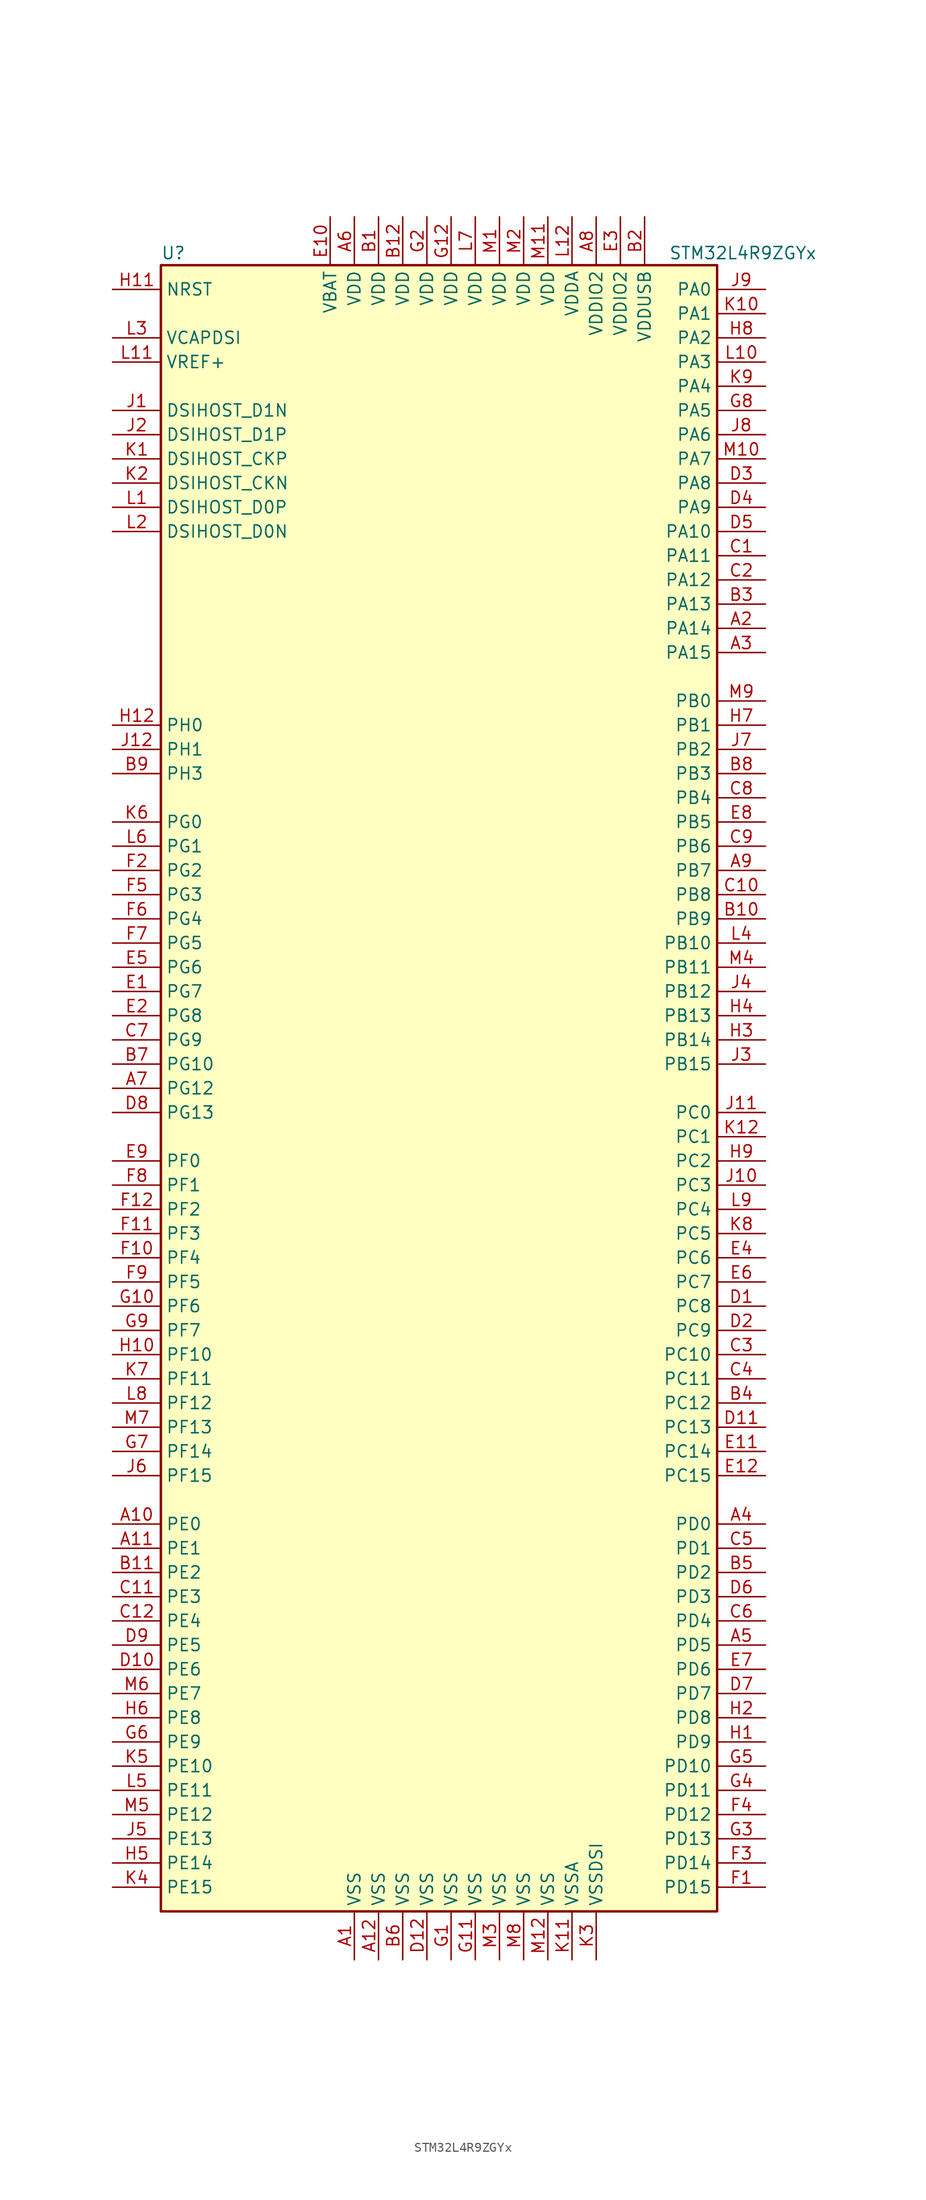
<source format=kicad_sym>
(kicad_symbol_lib
  (version 20201005)
  (generator kicad_symbol_editor)
  (symbol "MCU_ST_STM32L4+:STM32L4R9ZGYx"
    (property "Reference" "U"
      (at -30.48 87.63 0)
      (effects (font (size 1.27 1.27)) (justify left)))
    (property "Value" "STM32L4R9ZGYx"
      (at 22.86 87.63 0)
      (effects (font (size 1.27 1.27)) (justify left)))
    (symbol "STM32L4R9ZGYx_0_1"
      (rectangle (start -30.48 -86.36) (end 27.94 86.36) (stroke (width 0.254)) (fill (type background))))
    (symbol "STM32L4R9ZGYx_1_1"
      (pin bidirectional line (at -35.56 63.5 0) (length 5.08) (name "DSIHOST_CKN" (effects (font (size 1.27 1.27)))) (number "K2" (effects (font (size 1.27 1.27)))))
      (pin bidirectional line (at -35.56 66.04 0) (length 5.08) (name "DSIHOST_CKP" (effects (font (size 1.27 1.27)))) (number "K1" (effects (font (size 1.27 1.27)))))
      (pin bidirectional line (at -35.56 58.42 0) (length 5.08) (name "DSIHOST_D0N" (effects (font (size 1.27 1.27)))) (number "L2" (effects (font (size 1.27 1.27)))))
      (pin bidirectional line (at -35.56 60.96 0) (length 5.08) (name "DSIHOST_D0P" (effects (font (size 1.27 1.27)))) (number "L1" (effects (font (size 1.27 1.27)))))
      (pin bidirectional line (at -35.56 71.12 0) (length 5.08) (name "DSIHOST_D1N" (effects (font (size 1.27 1.27)))) (number "J1" (effects (font (size 1.27 1.27)))))
      (pin bidirectional line (at -35.56 68.58 0) (length 5.08) (name "DSIHOST_D1P" (effects (font (size 1.27 1.27)))) (number "J2" (effects (font (size 1.27 1.27)))))
      (pin input line (at -35.56 83.82 0) (length 5.08) (name "NRST" (effects (font (size 1.27 1.27)))) (number "H11" (effects (font (size 1.27 1.27)))))
      (pin bidirectional line (at 33.02 83.82 180) (length 5.08) (name "PA0" (effects (font (size 1.27 1.27)))) (number "J9" (effects (font (size 1.27 1.27)))))
      (pin bidirectional line (at 33.02 81.28 180) (length 5.08) (name "PA1" (effects (font (size 1.27 1.27)))) (number "K10" (effects (font (size 1.27 1.27)))))
      (pin bidirectional line (at 33.02 58.42 180) (length 5.08) (name "PA10" (effects (font (size 1.27 1.27)))) (number "D5" (effects (font (size 1.27 1.27)))))
      (pin bidirectional line (at 33.02 55.88 180) (length 5.08) (name "PA11" (effects (font (size 1.27 1.27)))) (number "C1" (effects (font (size 1.27 1.27)))))
      (pin bidirectional line (at 33.02 53.34 180) (length 5.08) (name "PA12" (effects (font (size 1.27 1.27)))) (number "C2" (effects (font (size 1.27 1.27)))))
      (pin bidirectional line (at 33.02 50.8 180) (length 5.08) (name "PA13" (effects (font (size 1.27 1.27)))) (number "B3" (effects (font (size 1.27 1.27)))))
      (pin bidirectional line (at 33.02 48.26 180) (length 5.08) (name "PA14" (effects (font (size 1.27 1.27)))) (number "A2" (effects (font (size 1.27 1.27)))))
      (pin bidirectional line (at 33.02 45.72 180) (length 5.08) (name "PA15" (effects (font (size 1.27 1.27)))) (number "A3" (effects (font (size 1.27 1.27)))))
      (pin bidirectional line (at 33.02 78.74 180) (length 5.08) (name "PA2" (effects (font (size 1.27 1.27)))) (number "H8" (effects (font (size 1.27 1.27)))))
      (pin bidirectional line (at 33.02 76.2 180) (length 5.08) (name "PA3" (effects (font (size 1.27 1.27)))) (number "L10" (effects (font (size 1.27 1.27)))))
      (pin bidirectional line (at 33.02 73.66 180) (length 5.08) (name "PA4" (effects (font (size 1.27 1.27)))) (number "K9" (effects (font (size 1.27 1.27)))))
      (pin bidirectional line (at 33.02 71.12 180) (length 5.08) (name "PA5" (effects (font (size 1.27 1.27)))) (number "G8" (effects (font (size 1.27 1.27)))))
      (pin bidirectional line (at 33.02 68.58 180) (length 5.08) (name "PA6" (effects (font (size 1.27 1.27)))) (number "J8" (effects (font (size 1.27 1.27)))))
      (pin bidirectional line (at 33.02 66.04 180) (length 5.08) (name "PA7" (effects (font (size 1.27 1.27)))) (number "M10" (effects (font (size 1.27 1.27)))))
      (pin bidirectional line (at 33.02 63.5 180) (length 5.08) (name "PA8" (effects (font (size 1.27 1.27)))) (number "D3" (effects (font (size 1.27 1.27)))))
      (pin bidirectional line (at 33.02 60.96 180) (length 5.08) (name "PA9" (effects (font (size 1.27 1.27)))) (number "D4" (effects (font (size 1.27 1.27)))))
      (pin bidirectional line (at 33.02 40.64 180) (length 5.08) (name "PB0" (effects (font (size 1.27 1.27)))) (number "M9" (effects (font (size 1.27 1.27)))))
      (pin bidirectional line (at 33.02 38.1 180) (length 5.08) (name "PB1" (effects (font (size 1.27 1.27)))) (number "H7" (effects (font (size 1.27 1.27)))))
      (pin bidirectional line (at 33.02 15.24 180) (length 5.08) (name "PB10" (effects (font (size 1.27 1.27)))) (number "L4" (effects (font (size 1.27 1.27)))))
      (pin bidirectional line (at 33.02 12.7 180) (length 5.08) (name "PB11" (effects (font (size 1.27 1.27)))) (number "M4" (effects (font (size 1.27 1.27)))))
      (pin bidirectional line (at 33.02 10.16 180) (length 5.08) (name "PB12" (effects (font (size 1.27 1.27)))) (number "J4" (effects (font (size 1.27 1.27)))))
      (pin bidirectional line (at 33.02 7.62 180) (length 5.08) (name "PB13" (effects (font (size 1.27 1.27)))) (number "H4" (effects (font (size 1.27 1.27)))))
      (pin bidirectional line (at 33.02 5.08 180) (length 5.08) (name "PB14" (effects (font (size 1.27 1.27)))) (number "H3" (effects (font (size 1.27 1.27)))))
      (pin bidirectional line (at 33.02 2.54 180) (length 5.08) (name "PB15" (effects (font (size 1.27 1.27)))) (number "J3" (effects (font (size 1.27 1.27)))))
      (pin bidirectional line (at 33.02 35.56 180) (length 5.08) (name "PB2" (effects (font (size 1.27 1.27)))) (number "J7" (effects (font (size 1.27 1.27)))))
      (pin bidirectional line (at 33.02 33.02 180) (length 5.08) (name "PB3" (effects (font (size 1.27 1.27)))) (number "B8" (effects (font (size 1.27 1.27)))))
      (pin bidirectional line (at 33.02 30.48 180) (length 5.08) (name "PB4" (effects (font (size 1.27 1.27)))) (number "C8" (effects (font (size 1.27 1.27)))))
      (pin bidirectional line (at 33.02 27.94 180) (length 5.08) (name "PB5" (effects (font (size 1.27 1.27)))) (number "E8" (effects (font (size 1.27 1.27)))))
      (pin bidirectional line (at 33.02 25.4 180) (length 5.08) (name "PB6" (effects (font (size 1.27 1.27)))) (number "C9" (effects (font (size 1.27 1.27)))))
      (pin bidirectional line (at 33.02 22.86 180) (length 5.08) (name "PB7" (effects (font (size 1.27 1.27)))) (number "A9" (effects (font (size 1.27 1.27)))))
      (pin bidirectional line (at 33.02 20.32 180) (length 5.08) (name "PB8" (effects (font (size 1.27 1.27)))) (number "C10" (effects (font (size 1.27 1.27)))))
      (pin bidirectional line (at 33.02 17.78 180) (length 5.08) (name "PB9" (effects (font (size 1.27 1.27)))) (number "B10" (effects (font (size 1.27 1.27)))))
      (pin bidirectional line (at 33.02 -2.54 180) (length 5.08) (name "PC0" (effects (font (size 1.27 1.27)))) (number "J11" (effects (font (size 1.27 1.27)))))
      (pin bidirectional line (at 33.02 -5.08 180) (length 5.08) (name "PC1" (effects (font (size 1.27 1.27)))) (number "K12" (effects (font (size 1.27 1.27)))))
      (pin bidirectional line (at 33.02 -27.94 180) (length 5.08) (name "PC10" (effects (font (size 1.27 1.27)))) (number "C3" (effects (font (size 1.27 1.27)))))
      (pin bidirectional line (at 33.02 -30.48 180) (length 5.08) (name "PC11" (effects (font (size 1.27 1.27)))) (number "C4" (effects (font (size 1.27 1.27)))))
      (pin bidirectional line (at 33.02 -33.02 180) (length 5.08) (name "PC12" (effects (font (size 1.27 1.27)))) (number "B4" (effects (font (size 1.27 1.27)))))
      (pin bidirectional line (at 33.02 -35.56 180) (length 5.08) (name "PC13" (effects (font (size 1.27 1.27)))) (number "D11" (effects (font (size 1.27 1.27)))))
      (pin bidirectional line (at 33.02 -38.1 180) (length 5.08) (name "PC14" (effects (font (size 1.27 1.27)))) (number "E11" (effects (font (size 1.27 1.27)))))
      (pin bidirectional line (at 33.02 -40.64 180) (length 5.08) (name "PC15" (effects (font (size 1.27 1.27)))) (number "E12" (effects (font (size 1.27 1.27)))))
      (pin bidirectional line (at 33.02 -7.62 180) (length 5.08) (name "PC2" (effects (font (size 1.27 1.27)))) (number "H9" (effects (font (size 1.27 1.27)))))
      (pin bidirectional line (at 33.02 -10.16 180) (length 5.08) (name "PC3" (effects (font (size 1.27 1.27)))) (number "J10" (effects (font (size 1.27 1.27)))))
      (pin bidirectional line (at 33.02 -12.7 180) (length 5.08) (name "PC4" (effects (font (size 1.27 1.27)))) (number "L9" (effects (font (size 1.27 1.27)))))
      (pin bidirectional line (at 33.02 -15.24 180) (length 5.08) (name "PC5" (effects (font (size 1.27 1.27)))) (number "K8" (effects (font (size 1.27 1.27)))))
      (pin bidirectional line (at 33.02 -17.78 180) (length 5.08) (name "PC6" (effects (font (size 1.27 1.27)))) (number "E4" (effects (font (size 1.27 1.27)))))
      (pin bidirectional line (at 33.02 -20.32 180) (length 5.08) (name "PC7" (effects (font (size 1.27 1.27)))) (number "E6" (effects (font (size 1.27 1.27)))))
      (pin bidirectional line (at 33.02 -22.86 180) (length 5.08) (name "PC8" (effects (font (size 1.27 1.27)))) (number "D1" (effects (font (size 1.27 1.27)))))
      (pin bidirectional line (at 33.02 -25.4 180) (length 5.08) (name "PC9" (effects (font (size 1.27 1.27)))) (number "D2" (effects (font (size 1.27 1.27)))))
      (pin bidirectional line (at 33.02 -45.72 180) (length 5.08) (name "PD0" (effects (font (size 1.27 1.27)))) (number "A4" (effects (font (size 1.27 1.27)))))
      (pin bidirectional line (at 33.02 -48.26 180) (length 5.08) (name "PD1" (effects (font (size 1.27 1.27)))) (number "C5" (effects (font (size 1.27 1.27)))))
      (pin bidirectional line (at 33.02 -71.12 180) (length 5.08) (name "PD10" (effects (font (size 1.27 1.27)))) (number "G5" (effects (font (size 1.27 1.27)))))
      (pin bidirectional line (at 33.02 -73.66 180) (length 5.08) (name "PD11" (effects (font (size 1.27 1.27)))) (number "G4" (effects (font (size 1.27 1.27)))))
      (pin bidirectional line (at 33.02 -76.2 180) (length 5.08) (name "PD12" (effects (font (size 1.27 1.27)))) (number "F4" (effects (font (size 1.27 1.27)))))
      (pin bidirectional line (at 33.02 -78.74 180) (length 5.08) (name "PD13" (effects (font (size 1.27 1.27)))) (number "G3" (effects (font (size 1.27 1.27)))))
      (pin bidirectional line (at 33.02 -81.28 180) (length 5.08) (name "PD14" (effects (font (size 1.27 1.27)))) (number "F3" (effects (font (size 1.27 1.27)))))
      (pin bidirectional line (at 33.02 -83.82 180) (length 5.08) (name "PD15" (effects (font (size 1.27 1.27)))) (number "F1" (effects (font (size 1.27 1.27)))))
      (pin bidirectional line (at 33.02 -50.8 180) (length 5.08) (name "PD2" (effects (font (size 1.27 1.27)))) (number "B5" (effects (font (size 1.27 1.27)))))
      (pin bidirectional line (at 33.02 -53.34 180) (length 5.08) (name "PD3" (effects (font (size 1.27 1.27)))) (number "D6" (effects (font (size 1.27 1.27)))))
      (pin bidirectional line (at 33.02 -55.88 180) (length 5.08) (name "PD4" (effects (font (size 1.27 1.27)))) (number "C6" (effects (font (size 1.27 1.27)))))
      (pin bidirectional line (at 33.02 -58.42 180) (length 5.08) (name "PD5" (effects (font (size 1.27 1.27)))) (number "A5" (effects (font (size 1.27 1.27)))))
      (pin bidirectional line (at 33.02 -60.96 180) (length 5.08) (name "PD6" (effects (font (size 1.27 1.27)))) (number "E7" (effects (font (size 1.27 1.27)))))
      (pin bidirectional line (at 33.02 -63.5 180) (length 5.08) (name "PD7" (effects (font (size 1.27 1.27)))) (number "D7" (effects (font (size 1.27 1.27)))))
      (pin bidirectional line (at 33.02 -66.04 180) (length 5.08) (name "PD8" (effects (font (size 1.27 1.27)))) (number "H2" (effects (font (size 1.27 1.27)))))
      (pin bidirectional line (at 33.02 -68.58 180) (length 5.08) (name "PD9" (effects (font (size 1.27 1.27)))) (number "H1" (effects (font (size 1.27 1.27)))))
      (pin bidirectional line (at -35.56 -45.72 0) (length 5.08) (name "PE0" (effects (font (size 1.27 1.27)))) (number "A10" (effects (font (size 1.27 1.27)))))
      (pin bidirectional line (at -35.56 -48.26 0) (length 5.08) (name "PE1" (effects (font (size 1.27 1.27)))) (number "A11" (effects (font (size 1.27 1.27)))))
      (pin bidirectional line (at -35.56 -71.12 0) (length 5.08) (name "PE10" (effects (font (size 1.27 1.27)))) (number "K5" (effects (font (size 1.27 1.27)))))
      (pin bidirectional line (at -35.56 -73.66 0) (length 5.08) (name "PE11" (effects (font (size 1.27 1.27)))) (number "L5" (effects (font (size 1.27 1.27)))))
      (pin bidirectional line (at -35.56 -76.2 0) (length 5.08) (name "PE12" (effects (font (size 1.27 1.27)))) (number "M5" (effects (font (size 1.27 1.27)))))
      (pin bidirectional line (at -35.56 -78.74 0) (length 5.08) (name "PE13" (effects (font (size 1.27 1.27)))) (number "J5" (effects (font (size 1.27 1.27)))))
      (pin bidirectional line (at -35.56 -81.28 0) (length 5.08) (name "PE14" (effects (font (size 1.27 1.27)))) (number "H5" (effects (font (size 1.27 1.27)))))
      (pin bidirectional line (at -35.56 -83.82 0) (length 5.08) (name "PE15" (effects (font (size 1.27 1.27)))) (number "K4" (effects (font (size 1.27 1.27)))))
      (pin bidirectional line (at -35.56 -50.8 0) (length 5.08) (name "PE2" (effects (font (size 1.27 1.27)))) (number "B11" (effects (font (size 1.27 1.27)))))
      (pin bidirectional line (at -35.56 -53.34 0) (length 5.08) (name "PE3" (effects (font (size 1.27 1.27)))) (number "C11" (effects (font (size 1.27 1.27)))))
      (pin bidirectional line (at -35.56 -55.88 0) (length 5.08) (name "PE4" (effects (font (size 1.27 1.27)))) (number "C12" (effects (font (size 1.27 1.27)))))
      (pin bidirectional line (at -35.56 -58.42 0) (length 5.08) (name "PE5" (effects (font (size 1.27 1.27)))) (number "D9" (effects (font (size 1.27 1.27)))))
      (pin bidirectional line (at -35.56 -60.96 0) (length 5.08) (name "PE6" (effects (font (size 1.27 1.27)))) (number "D10" (effects (font (size 1.27 1.27)))))
      (pin bidirectional line (at -35.56 -63.5 0) (length 5.08) (name "PE7" (effects (font (size 1.27 1.27)))) (number "M6" (effects (font (size 1.27 1.27)))))
      (pin bidirectional line (at -35.56 -66.04 0) (length 5.08) (name "PE8" (effects (font (size 1.27 1.27)))) (number "H6" (effects (font (size 1.27 1.27)))))
      (pin bidirectional line (at -35.56 -68.58 0) (length 5.08) (name "PE9" (effects (font (size 1.27 1.27)))) (number "G6" (effects (font (size 1.27 1.27)))))
      (pin bidirectional line (at -35.56 -7.62 0) (length 5.08) (name "PF0" (effects (font (size 1.27 1.27)))) (number "E9" (effects (font (size 1.27 1.27)))))
      (pin bidirectional line (at -35.56 -10.16 0) (length 5.08) (name "PF1" (effects (font (size 1.27 1.27)))) (number "F8" (effects (font (size 1.27 1.27)))))
      (pin bidirectional line (at -35.56 -27.94 0) (length 5.08) (name "PF10" (effects (font (size 1.27 1.27)))) (number "H10" (effects (font (size 1.27 1.27)))))
      (pin bidirectional line (at -35.56 -30.48 0) (length 5.08) (name "PF11" (effects (font (size 1.27 1.27)))) (number "K7" (effects (font (size 1.27 1.27)))))
      (pin bidirectional line (at -35.56 -33.02 0) (length 5.08) (name "PF12" (effects (font (size 1.27 1.27)))) (number "L8" (effects (font (size 1.27 1.27)))))
      (pin bidirectional line (at -35.56 -35.56 0) (length 5.08) (name "PF13" (effects (font (size 1.27 1.27)))) (number "M7" (effects (font (size 1.27 1.27)))))
      (pin bidirectional line (at -35.56 -38.1 0) (length 5.08) (name "PF14" (effects (font (size 1.27 1.27)))) (number "G7" (effects (font (size 1.27 1.27)))))
      (pin bidirectional line (at -35.56 -40.64 0) (length 5.08) (name "PF15" (effects (font (size 1.27 1.27)))) (number "J6" (effects (font (size 1.27 1.27)))))
      (pin bidirectional line (at -35.56 -12.7 0) (length 5.08) (name "PF2" (effects (font (size 1.27 1.27)))) (number "F12" (effects (font (size 1.27 1.27)))))
      (pin bidirectional line (at -35.56 -15.24 0) (length 5.08) (name "PF3" (effects (font (size 1.27 1.27)))) (number "F11" (effects (font (size 1.27 1.27)))))
      (pin bidirectional line (at -35.56 -17.78 0) (length 5.08) (name "PF4" (effects (font (size 1.27 1.27)))) (number "F10" (effects (font (size 1.27 1.27)))))
      (pin bidirectional line (at -35.56 -20.32 0) (length 5.08) (name "PF5" (effects (font (size 1.27 1.27)))) (number "F9" (effects (font (size 1.27 1.27)))))
      (pin bidirectional line (at -35.56 -22.86 0) (length 5.08) (name "PF6" (effects (font (size 1.27 1.27)))) (number "G10" (effects (font (size 1.27 1.27)))))
      (pin bidirectional line (at -35.56 -25.4 0) (length 5.08) (name "PF7" (effects (font (size 1.27 1.27)))) (number "G9" (effects (font (size 1.27 1.27)))))
      (pin bidirectional line (at -35.56 27.94 0) (length 5.08) (name "PG0" (effects (font (size 1.27 1.27)))) (number "K6" (effects (font (size 1.27 1.27)))))
      (pin bidirectional line (at -35.56 25.4 0) (length 5.08) (name "PG1" (effects (font (size 1.27 1.27)))) (number "L6" (effects (font (size 1.27 1.27)))))
      (pin bidirectional line (at -35.56 2.54 0) (length 5.08) (name "PG10" (effects (font (size 1.27 1.27)))) (number "B7" (effects (font (size 1.27 1.27)))))
      (pin bidirectional line (at -35.56 0 0) (length 5.08) (name "PG12" (effects (font (size 1.27 1.27)))) (number "A7" (effects (font (size 1.27 1.27)))))
      (pin bidirectional line (at -35.56 -2.54 0) (length 5.08) (name "PG13" (effects (font (size 1.27 1.27)))) (number "D8" (effects (font (size 1.27 1.27)))))
      (pin bidirectional line (at -35.56 22.86 0) (length 5.08) (name "PG2" (effects (font (size 1.27 1.27)))) (number "F2" (effects (font (size 1.27 1.27)))))
      (pin bidirectional line (at -35.56 20.32 0) (length 5.08) (name "PG3" (effects (font (size 1.27 1.27)))) (number "F5" (effects (font (size 1.27 1.27)))))
      (pin bidirectional line (at -35.56 17.78 0) (length 5.08) (name "PG4" (effects (font (size 1.27 1.27)))) (number "F6" (effects (font (size 1.27 1.27)))))
      (pin bidirectional line (at -35.56 15.24 0) (length 5.08) (name "PG5" (effects (font (size 1.27 1.27)))) (number "F7" (effects (font (size 1.27 1.27)))))
      (pin bidirectional line (at -35.56 12.7 0) (length 5.08) (name "PG6" (effects (font (size 1.27 1.27)))) (number "E5" (effects (font (size 1.27 1.27)))))
      (pin bidirectional line (at -35.56 10.16 0) (length 5.08) (name "PG7" (effects (font (size 1.27 1.27)))) (number "E1" (effects (font (size 1.27 1.27)))))
      (pin bidirectional line (at -35.56 7.62 0) (length 5.08) (name "PG8" (effects (font (size 1.27 1.27)))) (number "E2" (effects (font (size 1.27 1.27)))))
      (pin bidirectional line (at -35.56 5.08 0) (length 5.08) (name "PG9" (effects (font (size 1.27 1.27)))) (number "C7" (effects (font (size 1.27 1.27)))))
      (pin input line (at -35.56 38.1 0) (length 5.08) (name "PH0" (effects (font (size 1.27 1.27)))) (number "H12" (effects (font (size 1.27 1.27)))))
      (pin input line (at -35.56 35.56 0) (length 5.08) (name "PH1" (effects (font (size 1.27 1.27)))) (number "J12" (effects (font (size 1.27 1.27)))))
      (pin bidirectional line (at -35.56 33.02 0) (length 5.08) (name "PH3" (effects (font (size 1.27 1.27)))) (number "B9" (effects (font (size 1.27 1.27)))))
      (pin power_in line (at -12.7 91.44 270) (length 5.08) (name "VBAT" (effects (font (size 1.27 1.27)))) (number "E10" (effects (font (size 1.27 1.27)))))
      (pin power_in line (at -35.56 78.74 0) (length 5.08) (name "VCAPDSI" (effects (font (size 1.27 1.27)))) (number "L3" (effects (font (size 1.27 1.27)))))
      (pin power_in line (at -10.16 91.44 270) (length 5.08) (name "VDD" (effects (font (size 1.27 1.27)))) (number "A6" (effects (font (size 1.27 1.27)))))
      (pin power_in line (at -7.62 91.44 270) (length 5.08) (name "VDD" (effects (font (size 1.27 1.27)))) (number "B1" (effects (font (size 1.27 1.27)))))
      (pin power_in line (at -5.08 91.44 270) (length 5.08) (name "VDD" (effects (font (size 1.27 1.27)))) (number "B12" (effects (font (size 1.27 1.27)))))
      (pin power_in line (at 0 91.44 270) (length 5.08) (name "VDD" (effects (font (size 1.27 1.27)))) (number "G12" (effects (font (size 1.27 1.27)))))
      (pin power_in line (at -2.54 91.44 270) (length 5.08) (name "VDD" (effects (font (size 1.27 1.27)))) (number "G2" (effects (font (size 1.27 1.27)))))
      (pin power_in line (at 2.54 91.44 270) (length 5.08) (name "VDD" (effects (font (size 1.27 1.27)))) (number "L7" (effects (font (size 1.27 1.27)))))
      (pin power_in line (at 5.08 91.44 270) (length 5.08) (name "VDD" (effects (font (size 1.27 1.27)))) (number "M1" (effects (font (size 1.27 1.27)))))
      (pin power_in line (at 10.16 91.44 270) (length 5.08) (name "VDD" (effects (font (size 1.27 1.27)))) (number "M11" (effects (font (size 1.27 1.27)))))
      (pin power_in line (at 7.62 91.44 270) (length 5.08) (name "VDD" (effects (font (size 1.27 1.27)))) (number "M2" (effects (font (size 1.27 1.27)))))
      (pin power_in line (at 12.7 91.44 270) (length 5.08) (name "VDDA" (effects (font (size 1.27 1.27)))) (number "L12" (effects (font (size 1.27 1.27)))))
      (pin power_in line (at 15.24 91.44 270) (length 5.08) (name "VDDIO2" (effects (font (size 1.27 1.27)))) (number "A8" (effects (font (size 1.27 1.27)))))
      (pin power_in line (at 17.78 91.44 270) (length 5.08) (name "VDDIO2" (effects (font (size 1.27 1.27)))) (number "E3" (effects (font (size 1.27 1.27)))))
      (pin power_in line (at 20.32 91.44 270) (length 5.08) (name "VDDUSB" (effects (font (size 1.27 1.27)))) (number "B2" (effects (font (size 1.27 1.27)))))
      (pin bidirectional line (at -35.56 76.2 0) (length 5.08) (name "VREF+" (effects (font (size 1.27 1.27)))) (number "L11" (effects (font (size 1.27 1.27)))))
      (pin power_in line (at -10.16 -91.44 90) (length 5.08) (name "VSS" (effects (font (size 1.27 1.27)))) (number "A1" (effects (font (size 1.27 1.27)))))
      (pin power_in line (at -7.62 -91.44 90) (length 5.08) (name "VSS" (effects (font (size 1.27 1.27)))) (number "A12" (effects (font (size 1.27 1.27)))))
      (pin power_in line (at -5.08 -91.44 90) (length 5.08) (name "VSS" (effects (font (size 1.27 1.27)))) (number "B6" (effects (font (size 1.27 1.27)))))
      (pin power_in line (at -2.54 -91.44 90) (length 5.08) (name "VSS" (effects (font (size 1.27 1.27)))) (number "D12" (effects (font (size 1.27 1.27)))))
      (pin power_in line (at 0 -91.44 90) (length 5.08) (name "VSS" (effects (font (size 1.27 1.27)))) (number "G1" (effects (font (size 1.27 1.27)))))
      (pin power_in line (at 2.54 -91.44 90) (length 5.08) (name "VSS" (effects (font (size 1.27 1.27)))) (number "G11" (effects (font (size 1.27 1.27)))))
      (pin power_in line (at 10.16 -91.44 90) (length 5.08) (name "VSS" (effects (font (size 1.27 1.27)))) (number "M12" (effects (font (size 1.27 1.27)))))
      (pin power_in line (at 5.08 -91.44 90) (length 5.08) (name "VSS" (effects (font (size 1.27 1.27)))) (number "M3" (effects (font (size 1.27 1.27)))))
      (pin power_in line (at 7.62 -91.44 90) (length 5.08) (name "VSS" (effects (font (size 1.27 1.27)))) (number "M8" (effects (font (size 1.27 1.27)))))
      (pin power_in line (at 12.7 -91.44 90) (length 5.08) (name "VSSA" (effects (font (size 1.27 1.27)))) (number "K11" (effects (font (size 1.27 1.27)))))
      (pin power_in line (at 15.24 -91.44 90) (length 5.08) (name "VSSDSI" (effects (font (size 1.27 1.27)))) (number "K3" (effects (font (size 1.27 1.27))))))))
</source>
